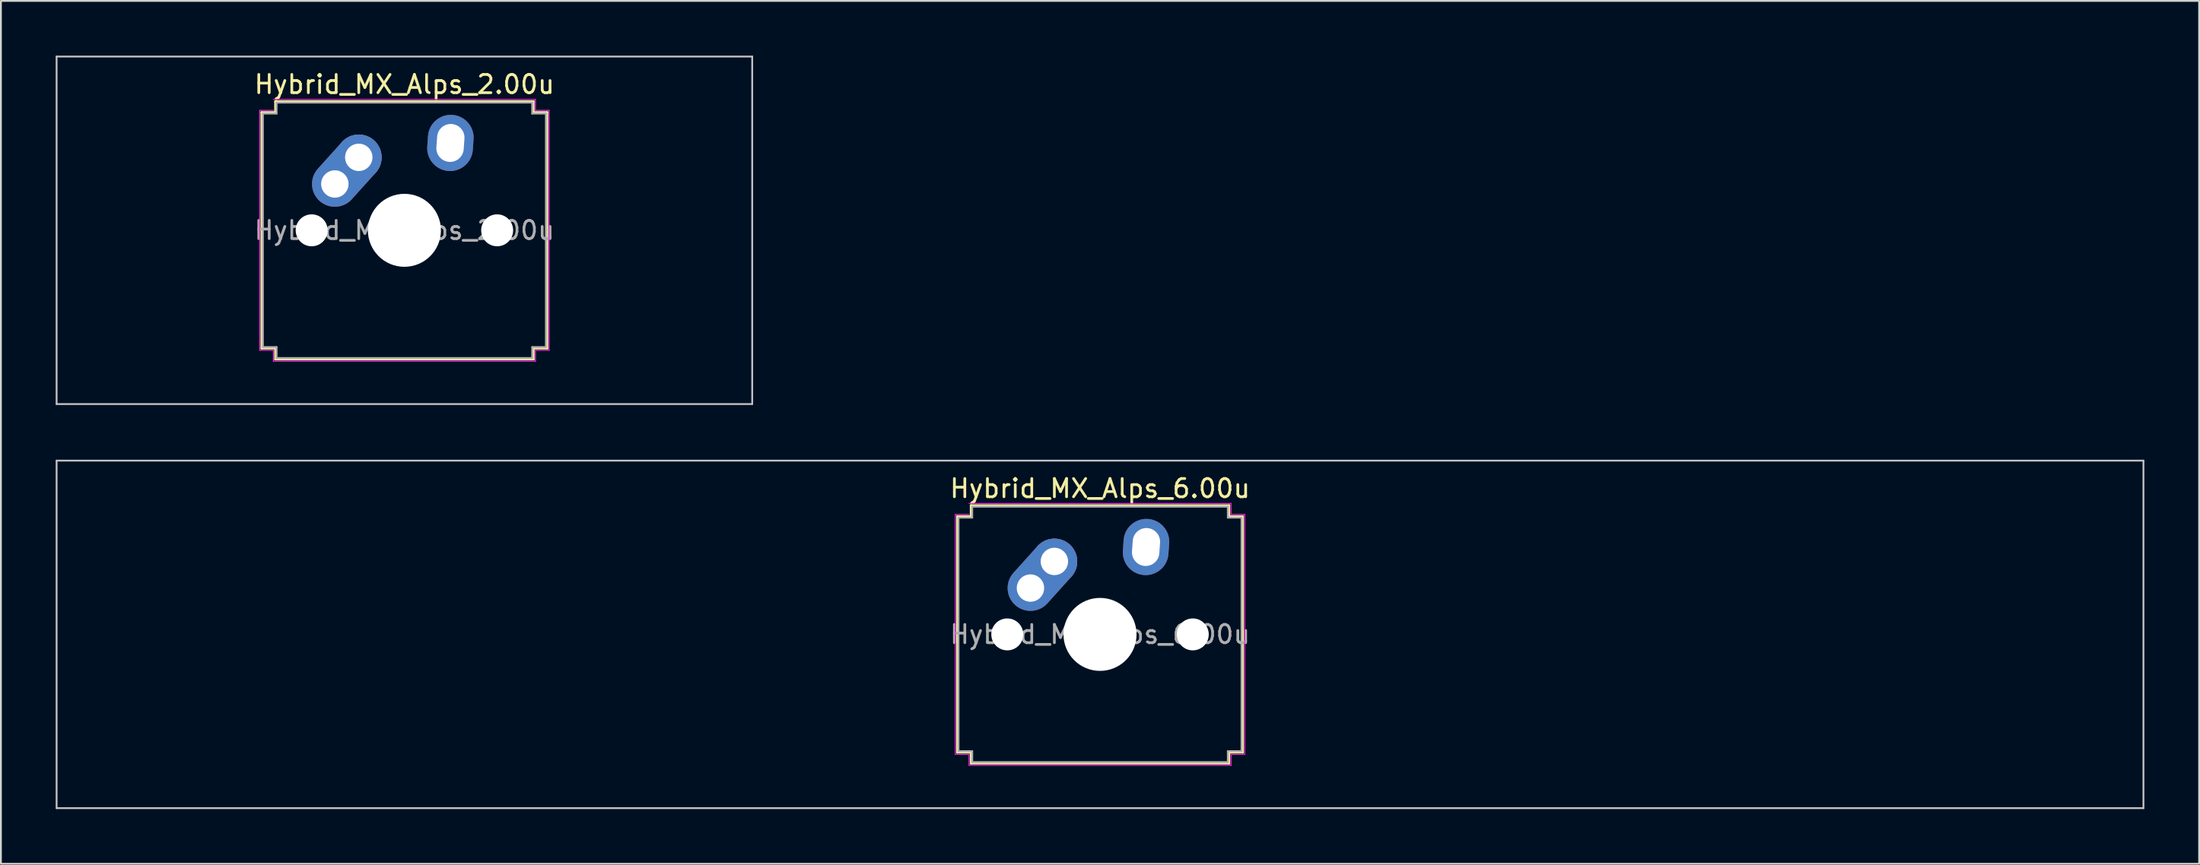
<source format=kicad_pcb>
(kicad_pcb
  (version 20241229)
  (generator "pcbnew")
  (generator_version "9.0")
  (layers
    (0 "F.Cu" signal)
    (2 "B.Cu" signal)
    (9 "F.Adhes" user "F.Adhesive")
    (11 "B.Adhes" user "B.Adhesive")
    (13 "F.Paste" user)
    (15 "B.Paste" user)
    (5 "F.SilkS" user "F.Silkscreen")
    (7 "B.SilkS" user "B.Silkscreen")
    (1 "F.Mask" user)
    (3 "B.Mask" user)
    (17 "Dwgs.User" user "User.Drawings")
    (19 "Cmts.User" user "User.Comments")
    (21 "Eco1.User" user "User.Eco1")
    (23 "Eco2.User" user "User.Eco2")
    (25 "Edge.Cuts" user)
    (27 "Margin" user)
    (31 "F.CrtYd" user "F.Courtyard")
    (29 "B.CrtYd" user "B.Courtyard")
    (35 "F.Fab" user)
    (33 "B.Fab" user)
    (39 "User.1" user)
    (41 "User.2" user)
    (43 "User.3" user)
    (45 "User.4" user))
  (footprint "Hybrid_MX_Alps_2.00u"
    (layer "F.Cu")
    (at 19.1 9.575)
    (property "Reference" "Hybrid_MX_Alps_2.00u" (at 0 -8 0) (layer "F.SilkS") (effects (font (size 1 1) (thickness 0.15))))
    (attr through_hole)
    (fp_line (start -7.821 -6.471) (end -7.071 -6.471) (stroke (width 0.12) (type solid)) (layer "F.SilkS"))
    (fp_line (start -7.821 6.471) (end -7.821 -6.471) (stroke (width 0.12) (type solid)) (layer "F.SilkS"))
    (fp_line (start -7.071 -7.071) (end 7.071 -7.071) (stroke (width 0.12) (type solid)) (layer "F.SilkS"))
    (fp_line (start -7.071 -6.471) (end -7.071 -7.071) (stroke (width 0.12) (type solid)) (layer "F.SilkS"))
    (fp_line (start -7.071 6.471) (end -7.821 6.471) (stroke (width 0.12) (type solid)) (layer "F.SilkS"))
    (fp_line (start -7.071 7.071) (end -7.071 6.471) (stroke (width 0.12) (type solid)) (layer "F.SilkS"))
    (fp_line (start 7.071 -7.071) (end 7.071 -6.471) (stroke (width 0.12) (type solid)) (layer "F.SilkS"))
    (fp_line (start 7.071 -6.471) (end 7.821 -6.471) (stroke (width 0.12) (type solid)) (layer "F.SilkS"))
    (fp_line (start 7.071 6.471) (end 7.071 7.071) (stroke (width 0.12) (type solid)) (layer "F.SilkS"))
    (fp_line (start 7.071 7.071) (end -7.071 7.071) (stroke (width 0.12) (type solid)) (layer "F.SilkS"))
    (fp_line (start 7.821 -6.471) (end 7.821 6.471) (stroke (width 0.12) (type solid)) (layer "F.SilkS"))
    (fp_line (start 7.821 6.471) (end 7.071 6.471) (stroke (width 0.12) (type solid)) (layer "F.SilkS"))
    (fp_line (start -19.05 -9.525) (end -19.05 9.525) (stroke (width 0.1) (type solid)) (layer "Dwgs.User"))
    (fp_line (start -19.05 9.525) (end 19.05 9.525) (stroke (width 0.1) (type solid)) (layer "Dwgs.User"))
    (fp_line (start 19.05 -9.525) (end -19.05 -9.525) (stroke (width 0.1) (type solid)) (layer "Dwgs.User"))
    (fp_line (start 19.05 9.525) (end 19.05 -9.525) (stroke (width 0.1) (type solid)) (layer "Dwgs.User"))
    (fp_line (start -7.927 -6.577) (end -7.177 -6.577) (stroke (width 0.05) (type solid)) (layer "F.CrtYd"))
    (fp_line (start -7.927 6.577) (end -7.927 -6.577) (stroke (width 0.05) (type solid)) (layer "F.CrtYd"))
    (fp_line (start -7.177 -7.177) (end 7.177 -7.177) (stroke (width 0.05) (type solid)) (layer "F.CrtYd"))
    (fp_line (start -7.177 6.577) (end -7.927 6.577) (stroke (width 0.05) (type solid)) (layer "F.CrtYd"))
    (fp_line (start -7.177 7.177) (end -7.177 6.577) (stroke (width 0.05) (type solid)) (layer "F.CrtYd"))
    (fp_line (start 7.177 -7.177) (end 7.177 -6.577) (stroke (width 0.05) (type solid)) (layer "F.CrtYd"))
    (fp_line (start 7.177 -6.577) (end 7.927 -6.577) (stroke (width 0.05) (type solid)) (layer "F.CrtYd"))
    (fp_line (start 7.177 6.577) (end 7.177 7.177) (stroke (width 0.05) (type solid)) (layer "F.CrtYd"))
    (fp_line (start 7.177 7.177) (end -7.177 7.177) (stroke (width 0.05) (type solid)) (layer "F.CrtYd"))
    (fp_line (start 7.927 -6.577) (end 7.927 6.577) (stroke (width 0.05) (type solid)) (layer "F.CrtYd"))
    (fp_line (start 7.927 6.577) (end 7.177 6.577) (stroke (width 0.05) (type solid)) (layer "F.CrtYd"))
    (fp_line (start -7.75 -6.4) (end -7 -6.4) (stroke (width 0.1) (type solid)) (layer "F.Fab"))
    (fp_line (start -7.75 6.4) (end -7.75 -6.4) (stroke (width 0.1) (type solid)) (layer "F.Fab"))
    (fp_line (start -7 -7) (end 7 -7) (stroke (width 0.1) (type solid)) (layer "F.Fab"))
    (fp_line (start -7 -6.4) (end -7 -7) (stroke (width 0.1) (type solid)) (layer "F.Fab"))
    (fp_line (start -7 6.4) (end -7.75 6.4) (stroke (width 0.1) (type solid)) (layer "F.Fab"))
    (fp_line (start -7 7) (end -7 6.4) (stroke (width 0.1) (type solid)) (layer "F.Fab"))
    (fp_line (start 7 -7) (end 7 -6.4) (stroke (width 0.1) (type solid)) (layer "F.Fab"))
    (fp_line (start 7 -6.4) (end 7.75 -6.4) (stroke (width 0.1) (type solid)) (layer "F.Fab"))
    (fp_line (start 7 6.4) (end 7 7) (stroke (width 0.1) (type solid)) (layer "F.Fab"))
    (fp_line (start 7 7) (end -7 7) (stroke (width 0.1) (type solid)) (layer "F.Fab"))
    (fp_line (start 7.75 -6.4) (end 7.75 6.4) (stroke (width 0.1) (type solid)) (layer "F.Fab"))
    (fp_line (start 7.75 6.4) (end 7 6.4) (stroke (width 0.1) (type solid)) (layer "F.Fab"))
    (fp_text user "${REFERENCE}" (at 0 0 0) (layer "F.Fab") (effects (font (size 1 1) (thickness 0.15))))
    (pad "" np_thru_hole circle (at -5.08 0) (size 1.75 1.75) (drill 1.75) (layers "*.Cu" "*.Mask"))
    (pad "" np_thru_hole circle (at 0 0) (size 4 4) (drill 4) (layers "*.Cu" "*.Mask"))
    (pad "" np_thru_hole circle (at 5.08 0) (size 1.75 1.75) (drill 1.75) (layers "*.Cu" "*.Mask"))
    (pad "1" thru_hole oval (at -3.81 -2.54 48) (size 4.462 2.5) (drill 1.5 (offset 0.981 0)) (layers "*.Cu" "*.Mask"))
    (pad "1" thru_hole circle (at -2.5 -4) (size 2.5 2.5) (drill 1.5) (layers "*.Cu" "*.Mask"))
    (pad "2" thru_hole oval (at 2.52 -4.79 86) (size 3.081 2.5) (drill oval 2.081 1.5) (layers "*.Cu" "*.Mask")))
  (footprint "Hybrid_MX_Alps_6.00u"
    (layer "F.Cu")
    (at 57.2 31.725)
    (property "Reference" "Hybrid_MX_Alps_6.00u" (at 0 -8 0) (layer "F.SilkS") (effects (font (size 1 1) (thickness 0.15))))
    (attr through_hole)
    (fp_line (start -7.821 -6.471) (end -7.071 -6.471) (stroke (width 0.12) (type solid)) (layer "F.SilkS"))
    (fp_line (start -7.821 6.471) (end -7.821 -6.471) (stroke (width 0.12) (type solid)) (layer "F.SilkS"))
    (fp_line (start -7.071 -7.071) (end 7.071 -7.071) (stroke (width 0.12) (type solid)) (layer "F.SilkS"))
    (fp_line (start -7.071 -6.471) (end -7.071 -7.071) (stroke (width 0.12) (type solid)) (layer "F.SilkS"))
    (fp_line (start -7.071 6.471) (end -7.821 6.471) (stroke (width 0.12) (type solid)) (layer "F.SilkS"))
    (fp_line (start -7.071 7.071) (end -7.071 6.471) (stroke (width 0.12) (type solid)) (layer "F.SilkS"))
    (fp_line (start 7.071 -7.071) (end 7.071 -6.471) (stroke (width 0.12) (type solid)) (layer "F.SilkS"))
    (fp_line (start 7.071 -6.471) (end 7.821 -6.471) (stroke (width 0.12) (type solid)) (layer "F.SilkS"))
    (fp_line (start 7.071 6.471) (end 7.071 7.071) (stroke (width 0.12) (type solid)) (layer "F.SilkS"))
    (fp_line (start 7.071 7.071) (end -7.071 7.071) (stroke (width 0.12) (type solid)) (layer "F.SilkS"))
    (fp_line (start 7.821 -6.471) (end 7.821 6.471) (stroke (width 0.12) (type solid)) (layer "F.SilkS"))
    (fp_line (start 7.821 6.471) (end 7.071 6.471) (stroke (width 0.12) (type solid)) (layer "F.SilkS"))
    (fp_line (start -57.15 -9.525) (end -57.15 9.525) (stroke (width 0.1) (type solid)) (layer "Dwgs.User"))
    (fp_line (start -57.15 9.525) (end 57.15 9.525) (stroke (width 0.1) (type solid)) (layer "Dwgs.User"))
    (fp_line (start 57.15 -9.525) (end -57.15 -9.525) (stroke (width 0.1) (type solid)) (layer "Dwgs.User"))
    (fp_line (start 57.15 9.525) (end 57.15 -9.525) (stroke (width 0.1) (type solid)) (layer "Dwgs.User"))
    (fp_line (start -7.927 -6.577) (end -7.177 -6.577) (stroke (width 0.05) (type solid)) (layer "F.CrtYd"))
    (fp_line (start -7.927 6.577) (end -7.927 -6.577) (stroke (width 0.05) (type solid)) (layer "F.CrtYd"))
    (fp_line (start -7.177 -7.177) (end 7.177 -7.177) (stroke (width 0.05) (type solid)) (layer "F.CrtYd"))
    (fp_line (start -7.177 6.577) (end -7.927 6.577) (stroke (width 0.05) (type solid)) (layer "F.CrtYd"))
    (fp_line (start -7.177 7.177) (end -7.177 6.577) (stroke (width 0.05) (type solid)) (layer "F.CrtYd"))
    (fp_line (start 7.177 -7.177) (end 7.177 -6.577) (stroke (width 0.05) (type solid)) (layer "F.CrtYd"))
    (fp_line (start 7.177 -6.577) (end 7.927 -6.577) (stroke (width 0.05) (type solid)) (layer "F.CrtYd"))
    (fp_line (start 7.177 6.577) (end 7.177 7.177) (stroke (width 0.05) (type solid)) (layer "F.CrtYd"))
    (fp_line (start 7.177 7.177) (end -7.177 7.177) (stroke (width 0.05) (type solid)) (layer "F.CrtYd"))
    (fp_line (start 7.927 -6.577) (end 7.927 6.577) (stroke (width 0.05) (type solid)) (layer "F.CrtYd"))
    (fp_line (start 7.927 6.577) (end 7.177 6.577) (stroke (width 0.05) (type solid)) (layer "F.CrtYd"))
    (fp_line (start -7.75 -6.4) (end -7 -6.4) (stroke (width 0.1) (type solid)) (layer "F.Fab"))
    (fp_line (start -7.75 6.4) (end -7.75 -6.4) (stroke (width 0.1) (type solid)) (layer "F.Fab"))
    (fp_line (start -7 -7) (end 7 -7) (stroke (width 0.1) (type solid)) (layer "F.Fab"))
    (fp_line (start -7 -6.4) (end -7 -7) (stroke (width 0.1) (type solid)) (layer "F.Fab"))
    (fp_line (start -7 6.4) (end -7.75 6.4) (stroke (width 0.1) (type solid)) (layer "F.Fab"))
    (fp_line (start -7 7) (end -7 6.4) (stroke (width 0.1) (type solid)) (layer "F.Fab"))
    (fp_line (start 7 -7) (end 7 -6.4) (stroke (width 0.1) (type solid)) (layer "F.Fab"))
    (fp_line (start 7 -6.4) (end 7.75 -6.4) (stroke (width 0.1) (type solid)) (layer "F.Fab"))
    (fp_line (start 7 6.4) (end 7 7) (stroke (width 0.1) (type solid)) (layer "F.Fab"))
    (fp_line (start 7 7) (end -7 7) (stroke (width 0.1) (type solid)) (layer "F.Fab"))
    (fp_line (start 7.75 -6.4) (end 7.75 6.4) (stroke (width 0.1) (type solid)) (layer "F.Fab"))
    (fp_line (start 7.75 6.4) (end 7 6.4) (stroke (width 0.1) (type solid)) (layer "F.Fab"))
    (fp_text user "${REFERENCE}" (at 0 0 0) (layer "F.Fab") (effects (font (size 1 1) (thickness 0.15))))
    (pad "" np_thru_hole circle (at -5.08 0) (size 1.75 1.75) (drill 1.75) (layers "*.Cu" "*.Mask"))
    (pad "" np_thru_hole circle (at 0 0) (size 4 4) (drill 4) (layers "*.Cu" "*.Mask"))
    (pad "" np_thru_hole circle (at 5.08 0) (size 1.75 1.75) (drill 1.75) (layers "*.Cu" "*.Mask"))
    (pad "1" thru_hole oval (at -3.81 -2.54 48) (size 4.462 2.5) (drill 1.5 (offset 0.981 0)) (layers "*.Cu" "*.Mask"))
    (pad "1" thru_hole circle (at -2.5 -4) (size 2.5 2.5) (drill 1.5) (layers "*.Cu" "*.Mask"))
    (pad "2" thru_hole oval (at 2.52 -4.79 86) (size 3.081 2.5) (drill oval 2.081 1.5) (layers "*.Cu" "*.Mask")))
  (gr_rect
    (start -3 -3)
    (end 117.4 44.3)
    (stroke (width 0.1) (type default))
    (fill no)
    (layer "Edge.Cuts")))
</source>
